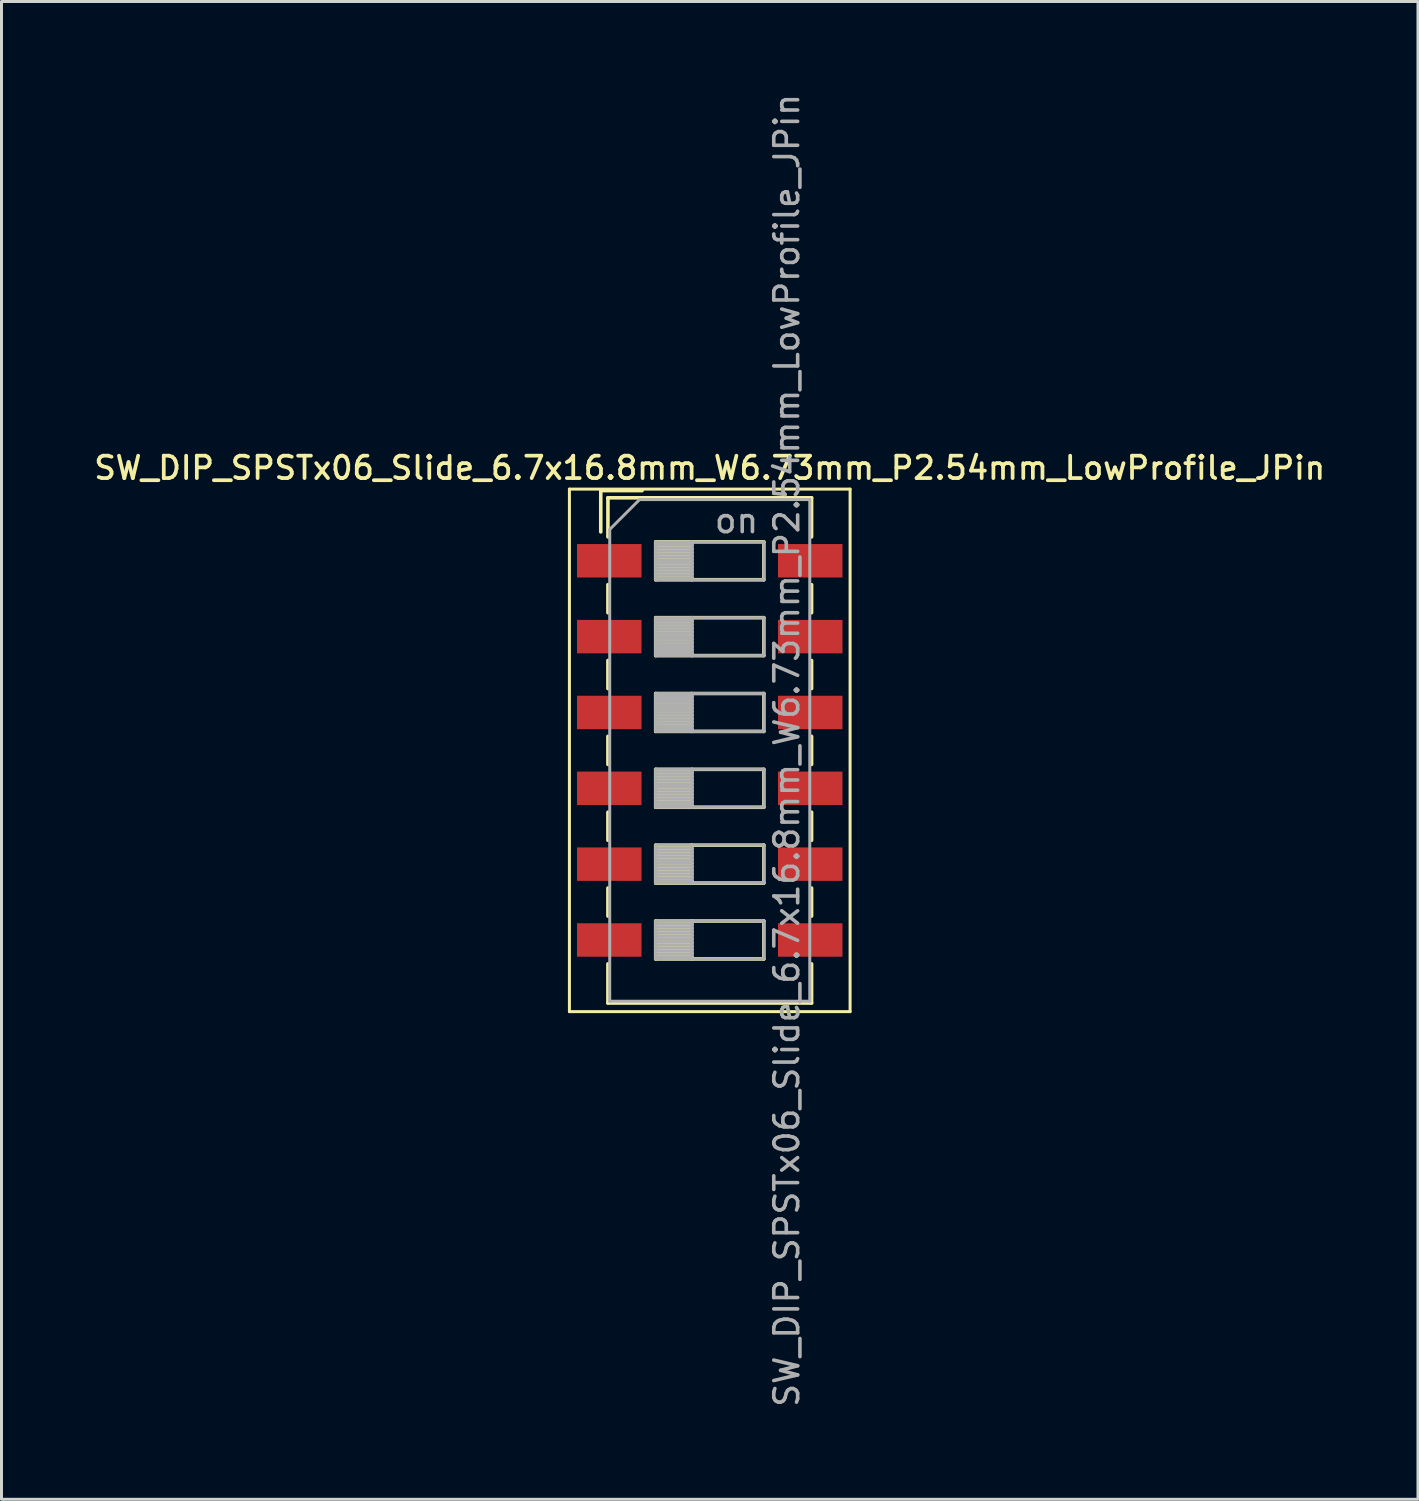
<source format=kicad_pcb>
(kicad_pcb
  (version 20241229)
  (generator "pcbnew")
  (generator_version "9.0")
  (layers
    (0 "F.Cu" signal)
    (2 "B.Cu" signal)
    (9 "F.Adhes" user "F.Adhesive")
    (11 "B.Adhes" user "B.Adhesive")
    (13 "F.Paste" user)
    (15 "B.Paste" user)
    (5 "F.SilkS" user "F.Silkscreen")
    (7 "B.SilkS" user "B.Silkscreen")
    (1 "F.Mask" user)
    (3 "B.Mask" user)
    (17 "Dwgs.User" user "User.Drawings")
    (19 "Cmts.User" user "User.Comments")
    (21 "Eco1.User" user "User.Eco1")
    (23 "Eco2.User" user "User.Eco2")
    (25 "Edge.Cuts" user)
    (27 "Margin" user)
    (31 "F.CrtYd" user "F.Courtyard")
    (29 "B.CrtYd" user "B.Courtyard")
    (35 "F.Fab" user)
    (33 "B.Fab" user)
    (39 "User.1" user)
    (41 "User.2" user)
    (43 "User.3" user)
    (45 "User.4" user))
  (footprint "SW_DIP_SPSTx06_Slide_6.7x16.8mm_W6.73mm_P2.54mm_LowProfile_JPin"
    (layer "F.Cu")
    (at 20.72 22.081)
    (property "Reference" "SW_DIP_SPSTx06_Slide_6.7x16.8mm_W6.73mm_P2.54mm_LowProfile_JPin" (at 0 -9.46 0) (layer "F.SilkS") (effects (font (size 0.75 0.75) (thickness 0.125))))
    (attr smd)
    (fp_line (start -4.7 -8.75) (end -4.7 8.75) (stroke (width 0.1) (type solid)) (layer "F.SilkS"))
    (fp_line (start -4.7 8.75) (end 4.7 8.75) (stroke (width 0.1) (type solid)) (layer "F.SilkS"))
    (fp_line (start -3.65 -8.7) (end -3.65 -7.317) (stroke (width 0.12) (type solid)) (layer "F.SilkS"))
    (fp_line (start -3.65 -8.7) (end -2.267 -8.7) (stroke (width 0.12) (type solid)) (layer "F.SilkS"))
    (fp_line (start -3.41 -8.46) (end -3.41 -7.15) (stroke (width 0.12) (type solid)) (layer "F.SilkS"))
    (fp_line (start -3.41 -8.46) (end 3.41 -8.46) (stroke (width 0.12) (type solid)) (layer "F.SilkS"))
    (fp_line (start -3.41 -5.55) (end -3.41 -4.61) (stroke (width 0.12) (type solid)) (layer "F.SilkS"))
    (fp_line (start -3.41 -3.01) (end -3.41 -2.07) (stroke (width 0.12) (type solid)) (layer "F.SilkS"))
    (fp_line (start -3.41 -0.47) (end -3.41 0.47) (stroke (width 0.12) (type solid)) (layer "F.SilkS"))
    (fp_line (start -3.41 2.07) (end -3.41 3.01) (stroke (width 0.12) (type solid)) (layer "F.SilkS"))
    (fp_line (start -3.41 4.61) (end -3.41 5.55) (stroke (width 0.12) (type solid)) (layer "F.SilkS"))
    (fp_line (start -3.41 7.15) (end -3.41 8.461) (stroke (width 0.12) (type solid)) (layer "F.SilkS"))
    (fp_line (start -3.41 8.461) (end 3.41 8.461) (stroke (width 0.12) (type solid)) (layer "F.SilkS"))
    (fp_line (start -1.81 -6.985) (end -1.81 -5.715) (stroke (width 0.12) (type solid)) (layer "F.SilkS"))
    (fp_line (start -1.81 -6.865) (end -0.603 -6.865) (stroke (width 0.12) (type solid)) (layer "F.SilkS"))
    (fp_line (start -1.81 -6.745) (end -0.603 -6.745) (stroke (width 0.12) (type solid)) (layer "F.SilkS"))
    (fp_line (start -1.81 -6.625) (end -0.603 -6.625) (stroke (width 0.12) (type solid)) (layer "F.SilkS"))
    (fp_line (start -1.81 -6.505) (end -0.603 -6.505) (stroke (width 0.12) (type solid)) (layer "F.SilkS"))
    (fp_line (start -1.81 -6.385) (end -0.603 -6.385) (stroke (width 0.12) (type solid)) (layer "F.SilkS"))
    (fp_line (start -1.81 -6.265) (end -0.603 -6.265) (stroke (width 0.12) (type solid)) (layer "F.SilkS"))
    (fp_line (start -1.81 -6.145) (end -0.603 -6.145) (stroke (width 0.12) (type solid)) (layer "F.SilkS"))
    (fp_line (start -1.81 -6.025) (end -0.603 -6.025) (stroke (width 0.12) (type solid)) (layer "F.SilkS"))
    (fp_line (start -1.81 -5.905) (end -0.603 -5.905) (stroke (width 0.12) (type solid)) (layer "F.SilkS"))
    (fp_line (start -1.81 -5.785) (end -0.603 -5.785) (stroke (width 0.12) (type solid)) (layer "F.SilkS"))
    (fp_line (start -1.81 -5.715) (end 1.81 -5.715) (stroke (width 0.12) (type solid)) (layer "F.SilkS"))
    (fp_line (start -1.81 -4.445) (end -1.81 -3.175) (stroke (width 0.12) (type solid)) (layer "F.SilkS"))
    (fp_line (start -1.81 -4.325) (end -0.603 -4.325) (stroke (width 0.12) (type solid)) (layer "F.SilkS"))
    (fp_line (start -1.81 -4.205) (end -0.603 -4.205) (stroke (width 0.12) (type solid)) (layer "F.SilkS"))
    (fp_line (start -1.81 -4.085) (end -0.603 -4.085) (stroke (width 0.12) (type solid)) (layer "F.SilkS"))
    (fp_line (start -1.81 -3.965) (end -0.603 -3.965) (stroke (width 0.12) (type solid)) (layer "F.SilkS"))
    (fp_line (start -1.81 -3.845) (end -0.603 -3.845) (stroke (width 0.12) (type solid)) (layer "F.SilkS"))
    (fp_line (start -1.81 -3.725) (end -0.603 -3.725) (stroke (width 0.12) (type solid)) (layer "F.SilkS"))
    (fp_line (start -1.81 -3.605) (end -0.603 -3.605) (stroke (width 0.12) (type solid)) (layer "F.SilkS"))
    (fp_line (start -1.81 -3.485) (end -0.603 -3.485) (stroke (width 0.12) (type solid)) (layer "F.SilkS"))
    (fp_line (start -1.81 -3.365) (end -0.603 -3.365) (stroke (width 0.12) (type solid)) (layer "F.SilkS"))
    (fp_line (start -1.81 -3.245) (end -0.603 -3.245) (stroke (width 0.12) (type solid)) (layer "F.SilkS"))
    (fp_line (start -1.81 -3.175) (end 1.81 -3.175) (stroke (width 0.12) (type solid)) (layer "F.SilkS"))
    (fp_line (start -1.81 -1.905) (end -1.81 -0.635) (stroke (width 0.12) (type solid)) (layer "F.SilkS"))
    (fp_line (start -1.81 -1.785) (end -0.603 -1.785) (stroke (width 0.12) (type solid)) (layer "F.SilkS"))
    (fp_line (start -1.81 -1.665) (end -0.603 -1.665) (stroke (width 0.12) (type solid)) (layer "F.SilkS"))
    (fp_line (start -1.81 -1.545) (end -0.603 -1.545) (stroke (width 0.12) (type solid)) (layer "F.SilkS"))
    (fp_line (start -1.81 -1.425) (end -0.603 -1.425) (stroke (width 0.12) (type solid)) (layer "F.SilkS"))
    (fp_line (start -1.81 -1.305) (end -0.603 -1.305) (stroke (width 0.12) (type solid)) (layer "F.SilkS"))
    (fp_line (start -1.81 -1.185) (end -0.603 -1.185) (stroke (width 0.12) (type solid)) (layer "F.SilkS"))
    (fp_line (start -1.81 -1.065) (end -0.603 -1.065) (stroke (width 0.12) (type solid)) (layer "F.SilkS"))
    (fp_line (start -1.81 -0.945) (end -0.603 -0.945) (stroke (width 0.12) (type solid)) (layer "F.SilkS"))
    (fp_line (start -1.81 -0.825) (end -0.603 -0.825) (stroke (width 0.12) (type solid)) (layer "F.SilkS"))
    (fp_line (start -1.81 -0.705) (end -0.603 -0.705) (stroke (width 0.12) (type solid)) (layer "F.SilkS"))
    (fp_line (start -1.81 -0.635) (end 1.81 -0.635) (stroke (width 0.12) (type solid)) (layer "F.SilkS"))
    (fp_line (start -1.81 0.635) (end -1.81 1.905) (stroke (width 0.12) (type solid)) (layer "F.SilkS"))
    (fp_line (start -1.81 0.755) (end -0.603 0.755) (stroke (width 0.12) (type solid)) (layer "F.SilkS"))
    (fp_line (start -1.81 0.875) (end -0.603 0.875) (stroke (width 0.12) (type solid)) (layer "F.SilkS"))
    (fp_line (start -1.81 0.995) (end -0.603 0.995) (stroke (width 0.12) (type solid)) (layer "F.SilkS"))
    (fp_line (start -1.81 1.115) (end -0.603 1.115) (stroke (width 0.12) (type solid)) (layer "F.SilkS"))
    (fp_line (start -1.81 1.235) (end -0.603 1.235) (stroke (width 0.12) (type solid)) (layer "F.SilkS"))
    (fp_line (start -1.81 1.355) (end -0.603 1.355) (stroke (width 0.12) (type solid)) (layer "F.SilkS"))
    (fp_line (start -1.81 1.475) (end -0.603 1.475) (stroke (width 0.12) (type solid)) (layer "F.SilkS"))
    (fp_line (start -1.81 1.595) (end -0.603 1.595) (stroke (width 0.12) (type solid)) (layer "F.SilkS"))
    (fp_line (start -1.81 1.715) (end -0.603 1.715) (stroke (width 0.12) (type solid)) (layer "F.SilkS"))
    (fp_line (start -1.81 1.835) (end -0.603 1.835) (stroke (width 0.12) (type solid)) (layer "F.SilkS"))
    (fp_line (start -1.81 1.905) (end 1.81 1.905) (stroke (width 0.12) (type solid)) (layer "F.SilkS"))
    (fp_line (start -1.81 3.175) (end -1.81 4.445) (stroke (width 0.12) (type solid)) (layer "F.SilkS"))
    (fp_line (start -1.81 3.295) (end -0.603 3.295) (stroke (width 0.12) (type solid)) (layer "F.SilkS"))
    (fp_line (start -1.81 3.415) (end -0.603 3.415) (stroke (width 0.12) (type solid)) (layer "F.SilkS"))
    (fp_line (start -1.81 3.535) (end -0.603 3.535) (stroke (width 0.12) (type solid)) (layer "F.SilkS"))
    (fp_line (start -1.81 3.655) (end -0.603 3.655) (stroke (width 0.12) (type solid)) (layer "F.SilkS"))
    (fp_line (start -1.81 3.775) (end -0.603 3.775) (stroke (width 0.12) (type solid)) (layer "F.SilkS"))
    (fp_line (start -1.81 3.895) (end -0.603 3.895) (stroke (width 0.12) (type solid)) (layer "F.SilkS"))
    (fp_line (start -1.81 4.015) (end -0.603 4.015) (stroke (width 0.12) (type solid)) (layer "F.SilkS"))
    (fp_line (start -1.81 4.135) (end -0.603 4.135) (stroke (width 0.12) (type solid)) (layer "F.SilkS"))
    (fp_line (start -1.81 4.255) (end -0.603 4.255) (stroke (width 0.12) (type solid)) (layer "F.SilkS"))
    (fp_line (start -1.81 4.375) (end -0.603 4.375) (stroke (width 0.12) (type solid)) (layer "F.SilkS"))
    (fp_line (start -1.81 4.445) (end 1.81 4.445) (stroke (width 0.12) (type solid)) (layer "F.SilkS"))
    (fp_line (start -1.81 5.715) (end -1.81 6.985) (stroke (width 0.12) (type solid)) (layer "F.SilkS"))
    (fp_line (start -1.81 5.835) (end -0.603 5.835) (stroke (width 0.12) (type solid)) (layer "F.SilkS"))
    (fp_line (start -1.81 5.955) (end -0.603 5.955) (stroke (width 0.12) (type solid)) (layer "F.SilkS"))
    (fp_line (start -1.81 6.075) (end -0.603 6.075) (stroke (width 0.12) (type solid)) (layer "F.SilkS"))
    (fp_line (start -1.81 6.195) (end -0.603 6.195) (stroke (width 0.12) (type solid)) (layer "F.SilkS"))
    (fp_line (start -1.81 6.315) (end -0.603 6.315) (stroke (width 0.12) (type solid)) (layer "F.SilkS"))
    (fp_line (start -1.81 6.435) (end -0.603 6.435) (stroke (width 0.12) (type solid)) (layer "F.SilkS"))
    (fp_line (start -1.81 6.555) (end -0.603 6.555) (stroke (width 0.12) (type solid)) (layer "F.SilkS"))
    (fp_line (start -1.81 6.675) (end -0.603 6.675) (stroke (width 0.12) (type solid)) (layer "F.SilkS"))
    (fp_line (start -1.81 6.795) (end -0.603 6.795) (stroke (width 0.12) (type solid)) (layer "F.SilkS"))
    (fp_line (start -1.81 6.915) (end -0.603 6.915) (stroke (width 0.12) (type solid)) (layer "F.SilkS"))
    (fp_line (start -1.81 6.985) (end 1.81 6.985) (stroke (width 0.12) (type solid)) (layer "F.SilkS"))
    (fp_line (start -0.603 -6.985) (end -0.603 -5.715) (stroke (width 0.12) (type solid)) (layer "F.SilkS"))
    (fp_line (start -0.603 -4.445) (end -0.603 -3.175) (stroke (width 0.12) (type solid)) (layer "F.SilkS"))
    (fp_line (start -0.603 -1.905) (end -0.603 -0.635) (stroke (width 0.12) (type solid)) (layer "F.SilkS"))
    (fp_line (start -0.603 0.635) (end -0.603 1.905) (stroke (width 0.12) (type solid)) (layer "F.SilkS"))
    (fp_line (start -0.603 3.175) (end -0.603 4.445) (stroke (width 0.12) (type solid)) (layer "F.SilkS"))
    (fp_line (start -0.603 5.715) (end -0.603 6.985) (stroke (width 0.12) (type solid)) (layer "F.SilkS"))
    (fp_line (start 1.81 -6.985) (end -1.81 -6.985) (stroke (width 0.12) (type solid)) (layer "F.SilkS"))
    (fp_line (start 1.81 -5.715) (end 1.81 -6.985) (stroke (width 0.12) (type solid)) (layer "F.SilkS"))
    (fp_line (start 1.81 -4.445) (end -1.81 -4.445) (stroke (width 0.12) (type solid)) (layer "F.SilkS"))
    (fp_line (start 1.81 -3.175) (end 1.81 -4.445) (stroke (width 0.12) (type solid)) (layer "F.SilkS"))
    (fp_line (start 1.81 -1.905) (end -1.81 -1.905) (stroke (width 0.12) (type solid)) (layer "F.SilkS"))
    (fp_line (start 1.81 -0.635) (end 1.81 -1.905) (stroke (width 0.12) (type solid)) (layer "F.SilkS"))
    (fp_line (start 1.81 0.635) (end -1.81 0.635) (stroke (width 0.12) (type solid)) (layer "F.SilkS"))
    (fp_line (start 1.81 1.905) (end 1.81 0.635) (stroke (width 0.12) (type solid)) (layer "F.SilkS"))
    (fp_line (start 1.81 3.175) (end -1.81 3.175) (stroke (width 0.12) (type solid)) (layer "F.SilkS"))
    (fp_line (start 1.81 4.445) (end 1.81 3.175) (stroke (width 0.12) (type solid)) (layer "F.SilkS"))
    (fp_line (start 1.81 5.715) (end -1.81 5.715) (stroke (width 0.12) (type solid)) (layer "F.SilkS"))
    (fp_line (start 1.81 6.985) (end 1.81 5.715) (stroke (width 0.12) (type solid)) (layer "F.SilkS"))
    (fp_line (start 3.41 -8.46) (end 3.41 -7.15) (stroke (width 0.12) (type solid)) (layer "F.SilkS"))
    (fp_line (start 3.41 -5.55) (end 3.41 -4.61) (stroke (width 0.12) (type solid)) (layer "F.SilkS"))
    (fp_line (start 3.41 -3.01) (end 3.41 -2.07) (stroke (width 0.12) (type solid)) (layer "F.SilkS"))
    (fp_line (start 3.41 -0.47) (end 3.41 0.47) (stroke (width 0.12) (type solid)) (layer "F.SilkS"))
    (fp_line (start 3.41 2.07) (end 3.41 3.01) (stroke (width 0.12) (type solid)) (layer "F.SilkS"))
    (fp_line (start 3.41 4.61) (end 3.41 5.55) (stroke (width 0.12) (type solid)) (layer "F.SilkS"))
    (fp_line (start 3.41 7.15) (end 3.41 8.461) (stroke (width 0.12) (type solid)) (layer "F.SilkS"))
    (fp_line (start 4.7 -8.75) (end -4.7 -8.75) (stroke (width 0.1) (type solid)) (layer "F.SilkS"))
    (fp_line (start 4.7 8.75) (end 4.7 -8.75) (stroke (width 0.1) (type solid)) (layer "F.SilkS"))
    (fp_line (start -3.35 -7.4) (end -2.35 -8.4) (stroke (width 0.1) (type solid)) (layer "F.Fab"))
    (fp_line (start -3.35 8.4) (end -3.35 -7.4) (stroke (width 0.1) (type solid)) (layer "F.Fab"))
    (fp_line (start -2.35 -8.4) (end 3.35 -8.4) (stroke (width 0.1) (type solid)) (layer "F.Fab"))
    (fp_line (start -1.81 -6.985) (end -1.81 -5.715) (stroke (width 0.1) (type solid)) (layer "F.Fab"))
    (fp_line (start -1.81 -6.885) (end -0.603 -6.885) (stroke (width 0.1) (type solid)) (layer "F.Fab"))
    (fp_line (start -1.81 -6.785) (end -0.603 -6.785) (stroke (width 0.1) (type solid)) (layer "F.Fab"))
    (fp_line (start -1.81 -6.685) (end -0.603 -6.685) (stroke (width 0.1) (type solid)) (layer "F.Fab"))
    (fp_line (start -1.81 -6.585) (end -0.603 -6.585) (stroke (width 0.1) (type solid)) (layer "F.Fab"))
    (fp_line (start -1.81 -6.485) (end -0.603 -6.485) (stroke (width 0.1) (type solid)) (layer "F.Fab"))
    (fp_line (start -1.81 -6.385) (end -0.603 -6.385) (stroke (width 0.1) (type solid)) (layer "F.Fab"))
    (fp_line (start -1.81 -6.285) (end -0.603 -6.285) (stroke (width 0.1) (type solid)) (layer "F.Fab"))
    (fp_line (start -1.81 -6.185) (end -0.603 -6.185) (stroke (width 0.1) (type solid)) (layer "F.Fab"))
    (fp_line (start -1.81 -6.085) (end -0.603 -6.085) (stroke (width 0.1) (type solid)) (layer "F.Fab"))
    (fp_line (start -1.81 -5.985) (end -0.603 -5.985) (stroke (width 0.1) (type solid)) (layer "F.Fab"))
    (fp_line (start -1.81 -5.885) (end -0.603 -5.885) (stroke (width 0.1) (type solid)) (layer "F.Fab"))
    (fp_line (start -1.81 -5.785) (end -0.603 -5.785) (stroke (width 0.1) (type solid)) (layer "F.Fab"))
    (fp_line (start -1.81 -5.715) (end 1.81 -5.715) (stroke (width 0.1) (type solid)) (layer "F.Fab"))
    (fp_line (start -1.81 -4.445) (end -1.81 -3.175) (stroke (width 0.1) (type solid)) (layer "F.Fab"))
    (fp_line (start -1.81 -4.345) (end -0.603 -4.345) (stroke (width 0.1) (type solid)) (layer "F.Fab"))
    (fp_line (start -1.81 -4.245) (end -0.603 -4.245) (stroke (width 0.1) (type solid)) (layer "F.Fab"))
    (fp_line (start -1.81 -4.145) (end -0.603 -4.145) (stroke (width 0.1) (type solid)) (layer "F.Fab"))
    (fp_line (start -1.81 -4.045) (end -0.603 -4.045) (stroke (width 0.1) (type solid)) (layer "F.Fab"))
    (fp_line (start -1.81 -3.945) (end -0.603 -3.945) (stroke (width 0.1) (type solid)) (layer "F.Fab"))
    (fp_line (start -1.81 -3.845) (end -0.603 -3.845) (stroke (width 0.1) (type solid)) (layer "F.Fab"))
    (fp_line (start -1.81 -3.745) (end -0.603 -3.745) (stroke (width 0.1) (type solid)) (layer "F.Fab"))
    (fp_line (start -1.81 -3.645) (end -0.603 -3.645) (stroke (width 0.1) (type solid)) (layer "F.Fab"))
    (fp_line (start -1.81 -3.545) (end -0.603 -3.545) (stroke (width 0.1) (type solid)) (layer "F.Fab"))
    (fp_line (start -1.81 -3.445) (end -0.603 -3.445) (stroke (width 0.1) (type solid)) (layer "F.Fab"))
    (fp_line (start -1.81 -3.345) (end -0.603 -3.345) (stroke (width 0.1) (type solid)) (layer "F.Fab"))
    (fp_line (start -1.81 -3.245) (end -0.603 -3.245) (stroke (width 0.1) (type solid)) (layer "F.Fab"))
    (fp_line (start -1.81 -3.175) (end 1.81 -3.175) (stroke (width 0.1) (type solid)) (layer "F.Fab"))
    (fp_line (start -1.81 -1.905) (end -1.81 -0.635) (stroke (width 0.1) (type solid)) (layer "F.Fab"))
    (fp_line (start -1.81 -1.805) (end -0.603 -1.805) (stroke (width 0.1) (type solid)) (layer "F.Fab"))
    (fp_line (start -1.81 -1.705) (end -0.603 -1.705) (stroke (width 0.1) (type solid)) (layer "F.Fab"))
    (fp_line (start -1.81 -1.605) (end -0.603 -1.605) (stroke (width 0.1) (type solid)) (layer "F.Fab"))
    (fp_line (start -1.81 -1.505) (end -0.603 -1.505) (stroke (width 0.1) (type solid)) (layer "F.Fab"))
    (fp_line (start -1.81 -1.405) (end -0.603 -1.405) (stroke (width 0.1) (type solid)) (layer "F.Fab"))
    (fp_line (start -1.81 -1.305) (end -0.603 -1.305) (stroke (width 0.1) (type solid)) (layer "F.Fab"))
    (fp_line (start -1.81 -1.205) (end -0.603 -1.205) (stroke (width 0.1) (type solid)) (layer "F.Fab"))
    (fp_line (start -1.81 -1.105) (end -0.603 -1.105) (stroke (width 0.1) (type solid)) (layer "F.Fab"))
    (fp_line (start -1.81 -1.005) (end -0.603 -1.005) (stroke (width 0.1) (type solid)) (layer "F.Fab"))
    (fp_line (start -1.81 -0.905) (end -0.603 -0.905) (stroke (width 0.1) (type solid)) (layer "F.Fab"))
    (fp_line (start -1.81 -0.805) (end -0.603 -0.805) (stroke (width 0.1) (type solid)) (layer "F.Fab"))
    (fp_line (start -1.81 -0.705) (end -0.603 -0.705) (stroke (width 0.1) (type solid)) (layer "F.Fab"))
    (fp_line (start -1.81 -0.635) (end 1.81 -0.635) (stroke (width 0.1) (type solid)) (layer "F.Fab"))
    (fp_line (start -1.81 0.635) (end -1.81 1.905) (stroke (width 0.1) (type solid)) (layer "F.Fab"))
    (fp_line (start -1.81 0.735) (end -0.603 0.735) (stroke (width 0.1) (type solid)) (layer "F.Fab"))
    (fp_line (start -1.81 0.835) (end -0.603 0.835) (stroke (width 0.1) (type solid)) (layer "F.Fab"))
    (fp_line (start -1.81 0.935) (end -0.603 0.935) (stroke (width 0.1) (type solid)) (layer "F.Fab"))
    (fp_line (start -1.81 1.035) (end -0.603 1.035) (stroke (width 0.1) (type solid)) (layer "F.Fab"))
    (fp_line (start -1.81 1.135) (end -0.603 1.135) (stroke (width 0.1) (type solid)) (layer "F.Fab"))
    (fp_line (start -1.81 1.235) (end -0.603 1.235) (stroke (width 0.1) (type solid)) (layer "F.Fab"))
    (fp_line (start -1.81 1.335) (end -0.603 1.335) (stroke (width 0.1) (type solid)) (layer "F.Fab"))
    (fp_line (start -1.81 1.435) (end -0.603 1.435) (stroke (width 0.1) (type solid)) (layer "F.Fab"))
    (fp_line (start -1.81 1.535) (end -0.603 1.535) (stroke (width 0.1) (type solid)) (layer "F.Fab"))
    (fp_line (start -1.81 1.635) (end -0.603 1.635) (stroke (width 0.1) (type solid)) (layer "F.Fab"))
    (fp_line (start -1.81 1.735) (end -0.603 1.735) (stroke (width 0.1) (type solid)) (layer "F.Fab"))
    (fp_line (start -1.81 1.835) (end -0.603 1.835) (stroke (width 0.1) (type solid)) (layer "F.Fab"))
    (fp_line (start -1.81 1.905) (end 1.81 1.905) (stroke (width 0.1) (type solid)) (layer "F.Fab"))
    (fp_line (start -1.81 3.175) (end -1.81 4.445) (stroke (width 0.1) (type solid)) (layer "F.Fab"))
    (fp_line (start -1.81 3.275) (end -0.603 3.275) (stroke (width 0.1) (type solid)) (layer "F.Fab"))
    (fp_line (start -1.81 3.375) (end -0.603 3.375) (stroke (width 0.1) (type solid)) (layer "F.Fab"))
    (fp_line (start -1.81 3.475) (end -0.603 3.475) (stroke (width 0.1) (type solid)) (layer "F.Fab"))
    (fp_line (start -1.81 3.575) (end -0.603 3.575) (stroke (width 0.1) (type solid)) (layer "F.Fab"))
    (fp_line (start -1.81 3.675) (end -0.603 3.675) (stroke (width 0.1) (type solid)) (layer "F.Fab"))
    (fp_line (start -1.81 3.775) (end -0.603 3.775) (stroke (width 0.1) (type solid)) (layer "F.Fab"))
    (fp_line (start -1.81 3.875) (end -0.603 3.875) (stroke (width 0.1) (type solid)) (layer "F.Fab"))
    (fp_line (start -1.81 3.975) (end -0.603 3.975) (stroke (width 0.1) (type solid)) (layer "F.Fab"))
    (fp_line (start -1.81 4.075) (end -0.603 4.075) (stroke (width 0.1) (type solid)) (layer "F.Fab"))
    (fp_line (start -1.81 4.175) (end -0.603 4.175) (stroke (width 0.1) (type solid)) (layer "F.Fab"))
    (fp_line (start -1.81 4.275) (end -0.603 4.275) (stroke (width 0.1) (type solid)) (layer "F.Fab"))
    (fp_line (start -1.81 4.375) (end -0.603 4.375) (stroke (width 0.1) (type solid)) (layer "F.Fab"))
    (fp_line (start -1.81 4.445) (end 1.81 4.445) (stroke (width 0.1) (type solid)) (layer "F.Fab"))
    (fp_line (start -1.81 5.715) (end -1.81 6.985) (stroke (width 0.1) (type solid)) (layer "F.Fab"))
    (fp_line (start -1.81 5.815) (end -0.603 5.815) (stroke (width 0.1) (type solid)) (layer "F.Fab"))
    (fp_line (start -1.81 5.915) (end -0.603 5.915) (stroke (width 0.1) (type solid)) (layer "F.Fab"))
    (fp_line (start -1.81 6.015) (end -0.603 6.015) (stroke (width 0.1) (type solid)) (layer "F.Fab"))
    (fp_line (start -1.81 6.115) (end -0.603 6.115) (stroke (width 0.1) (type solid)) (layer "F.Fab"))
    (fp_line (start -1.81 6.215) (end -0.603 6.215) (stroke (width 0.1) (type solid)) (layer "F.Fab"))
    (fp_line (start -1.81 6.315) (end -0.603 6.315) (stroke (width 0.1) (type solid)) (layer "F.Fab"))
    (fp_line (start -1.81 6.415) (end -0.603 6.415) (stroke (width 0.1) (type solid)) (layer "F.Fab"))
    (fp_line (start -1.81 6.515) (end -0.603 6.515) (stroke (width 0.1) (type solid)) (layer "F.Fab"))
    (fp_line (start -1.81 6.615) (end -0.603 6.615) (stroke (width 0.1) (type solid)) (layer "F.Fab"))
    (fp_line (start -1.81 6.715) (end -0.603 6.715) (stroke (width 0.1) (type solid)) (layer "F.Fab"))
    (fp_line (start -1.81 6.815) (end -0.603 6.815) (stroke (width 0.1) (type solid)) (layer "F.Fab"))
    (fp_line (start -1.81 6.915) (end -0.603 6.915) (stroke (width 0.1) (type solid)) (layer "F.Fab"))
    (fp_line (start -1.81 6.985) (end 1.81 6.985) (stroke (width 0.1) (type solid)) (layer "F.Fab"))
    (fp_line (start -0.603 -6.985) (end -0.603 -5.715) (stroke (width 0.1) (type solid)) (layer "F.Fab"))
    (fp_line (start -0.603 -4.445) (end -0.603 -3.175) (stroke (width 0.1) (type solid)) (layer "F.Fab"))
    (fp_line (start -0.603 -1.905) (end -0.603 -0.635) (stroke (width 0.1) (type solid)) (layer "F.Fab"))
    (fp_line (start -0.603 0.635) (end -0.603 1.905) (stroke (width 0.1) (type solid)) (layer "F.Fab"))
    (fp_line (start -0.603 3.175) (end -0.603 4.445) (stroke (width 0.1) (type solid)) (layer "F.Fab"))
    (fp_line (start -0.603 5.715) (end -0.603 6.985) (stroke (width 0.1) (type solid)) (layer "F.Fab"))
    (fp_line (start 1.81 -6.985) (end -1.81 -6.985) (stroke (width 0.1) (type solid)) (layer "F.Fab"))
    (fp_line (start 1.81 -5.715) (end 1.81 -6.985) (stroke (width 0.1) (type solid)) (layer "F.Fab"))
    (fp_line (start 1.81 -4.445) (end -1.81 -4.445) (stroke (width 0.1) (type solid)) (layer "F.Fab"))
    (fp_line (start 1.81 -3.175) (end 1.81 -4.445) (stroke (width 0.1) (type solid)) (layer "F.Fab"))
    (fp_line (start 1.81 -1.905) (end -1.81 -1.905) (stroke (width 0.1) (type solid)) (layer "F.Fab"))
    (fp_line (start 1.81 -0.635) (end 1.81 -1.905) (stroke (width 0.1) (type solid)) (layer "F.Fab"))
    (fp_line (start 1.81 0.635) (end -1.81 0.635) (stroke (width 0.1) (type solid)) (layer "F.Fab"))
    (fp_line (start 1.81 1.905) (end 1.81 0.635) (stroke (width 0.1) (type solid)) (layer "F.Fab"))
    (fp_line (start 1.81 3.175) (end -1.81 3.175) (stroke (width 0.1) (type solid)) (layer "F.Fab"))
    (fp_line (start 1.81 4.445) (end 1.81 3.175) (stroke (width 0.1) (type solid)) (layer "F.Fab"))
    (fp_line (start 1.81 5.715) (end -1.81 5.715) (stroke (width 0.1) (type solid)) (layer "F.Fab"))
    (fp_line (start 1.81 6.985) (end 1.81 5.715) (stroke (width 0.1) (type solid)) (layer "F.Fab"))
    (fp_line (start 3.35 -8.4) (end 3.35 8.4) (stroke (width 0.1) (type solid)) (layer "F.Fab"))
    (fp_line (start 3.35 8.4) (end -3.35 8.4) (stroke (width 0.1) (type solid)) (layer "F.Fab"))
    (fp_text user "${REFERENCE}" (at 2.58 0 90) (layer "F.Fab") (effects (font (size 0.8 0.8) (thickness 0.12))))
    (fp_text user "on" (at 0.897 -7.692 0) (layer "F.Fab") (effects (font (size 0.8 0.8) (thickness 0.12))))
    (pad "1" smd rect (at -3.365 -6.35) (size 2.16 1.12) (layers "F.Cu" "F.Mask" "F.Paste"))
    (pad "2" smd rect (at -3.365 -3.81) (size 2.16 1.12) (layers "F.Cu" "F.Mask" "F.Paste"))
    (pad "3" smd rect (at -3.365 -1.27) (size 2.16 1.12) (layers "F.Cu" "F.Mask" "F.Paste"))
    (pad "4" smd rect (at -3.365 1.27) (size 2.16 1.12) (layers "F.Cu" "F.Mask" "F.Paste"))
    (pad "5" smd rect (at -3.365 3.81) (size 2.16 1.12) (layers "F.Cu" "F.Mask" "F.Paste"))
    (pad "6" smd rect (at -3.365 6.35) (size 2.16 1.12) (layers "F.Cu" "F.Mask" "F.Paste"))
    (pad "7" smd rect (at 3.365 6.35) (size 2.16 1.12) (layers "F.Cu" "F.Mask" "F.Paste"))
    (pad "8" smd rect (at 3.365 3.81) (size 2.16 1.12) (layers "F.Cu" "F.Mask" "F.Paste"))
    (pad "9" smd rect (at 3.365 1.27) (size 2.16 1.12) (layers "F.Cu" "F.Mask" "F.Paste"))
    (pad "10" smd rect (at 3.365 -1.27) (size 2.16 1.12) (layers "F.Cu" "F.Mask" "F.Paste"))
    (pad "11" smd rect (at 3.365 -3.81) (size 2.16 1.12) (layers "F.Cu" "F.Mask" "F.Paste"))
    (pad "12" smd rect (at 3.365 -6.35) (size 2.16 1.12) (layers "F.Cu" "F.Mask" "F.Paste")))
  (gr_rect
    (start -3 -3)
    (end 44.439 47.162)
    (stroke (width 0.1) (type default))
    (fill no)
    (layer "Edge.Cuts")))
</source>
